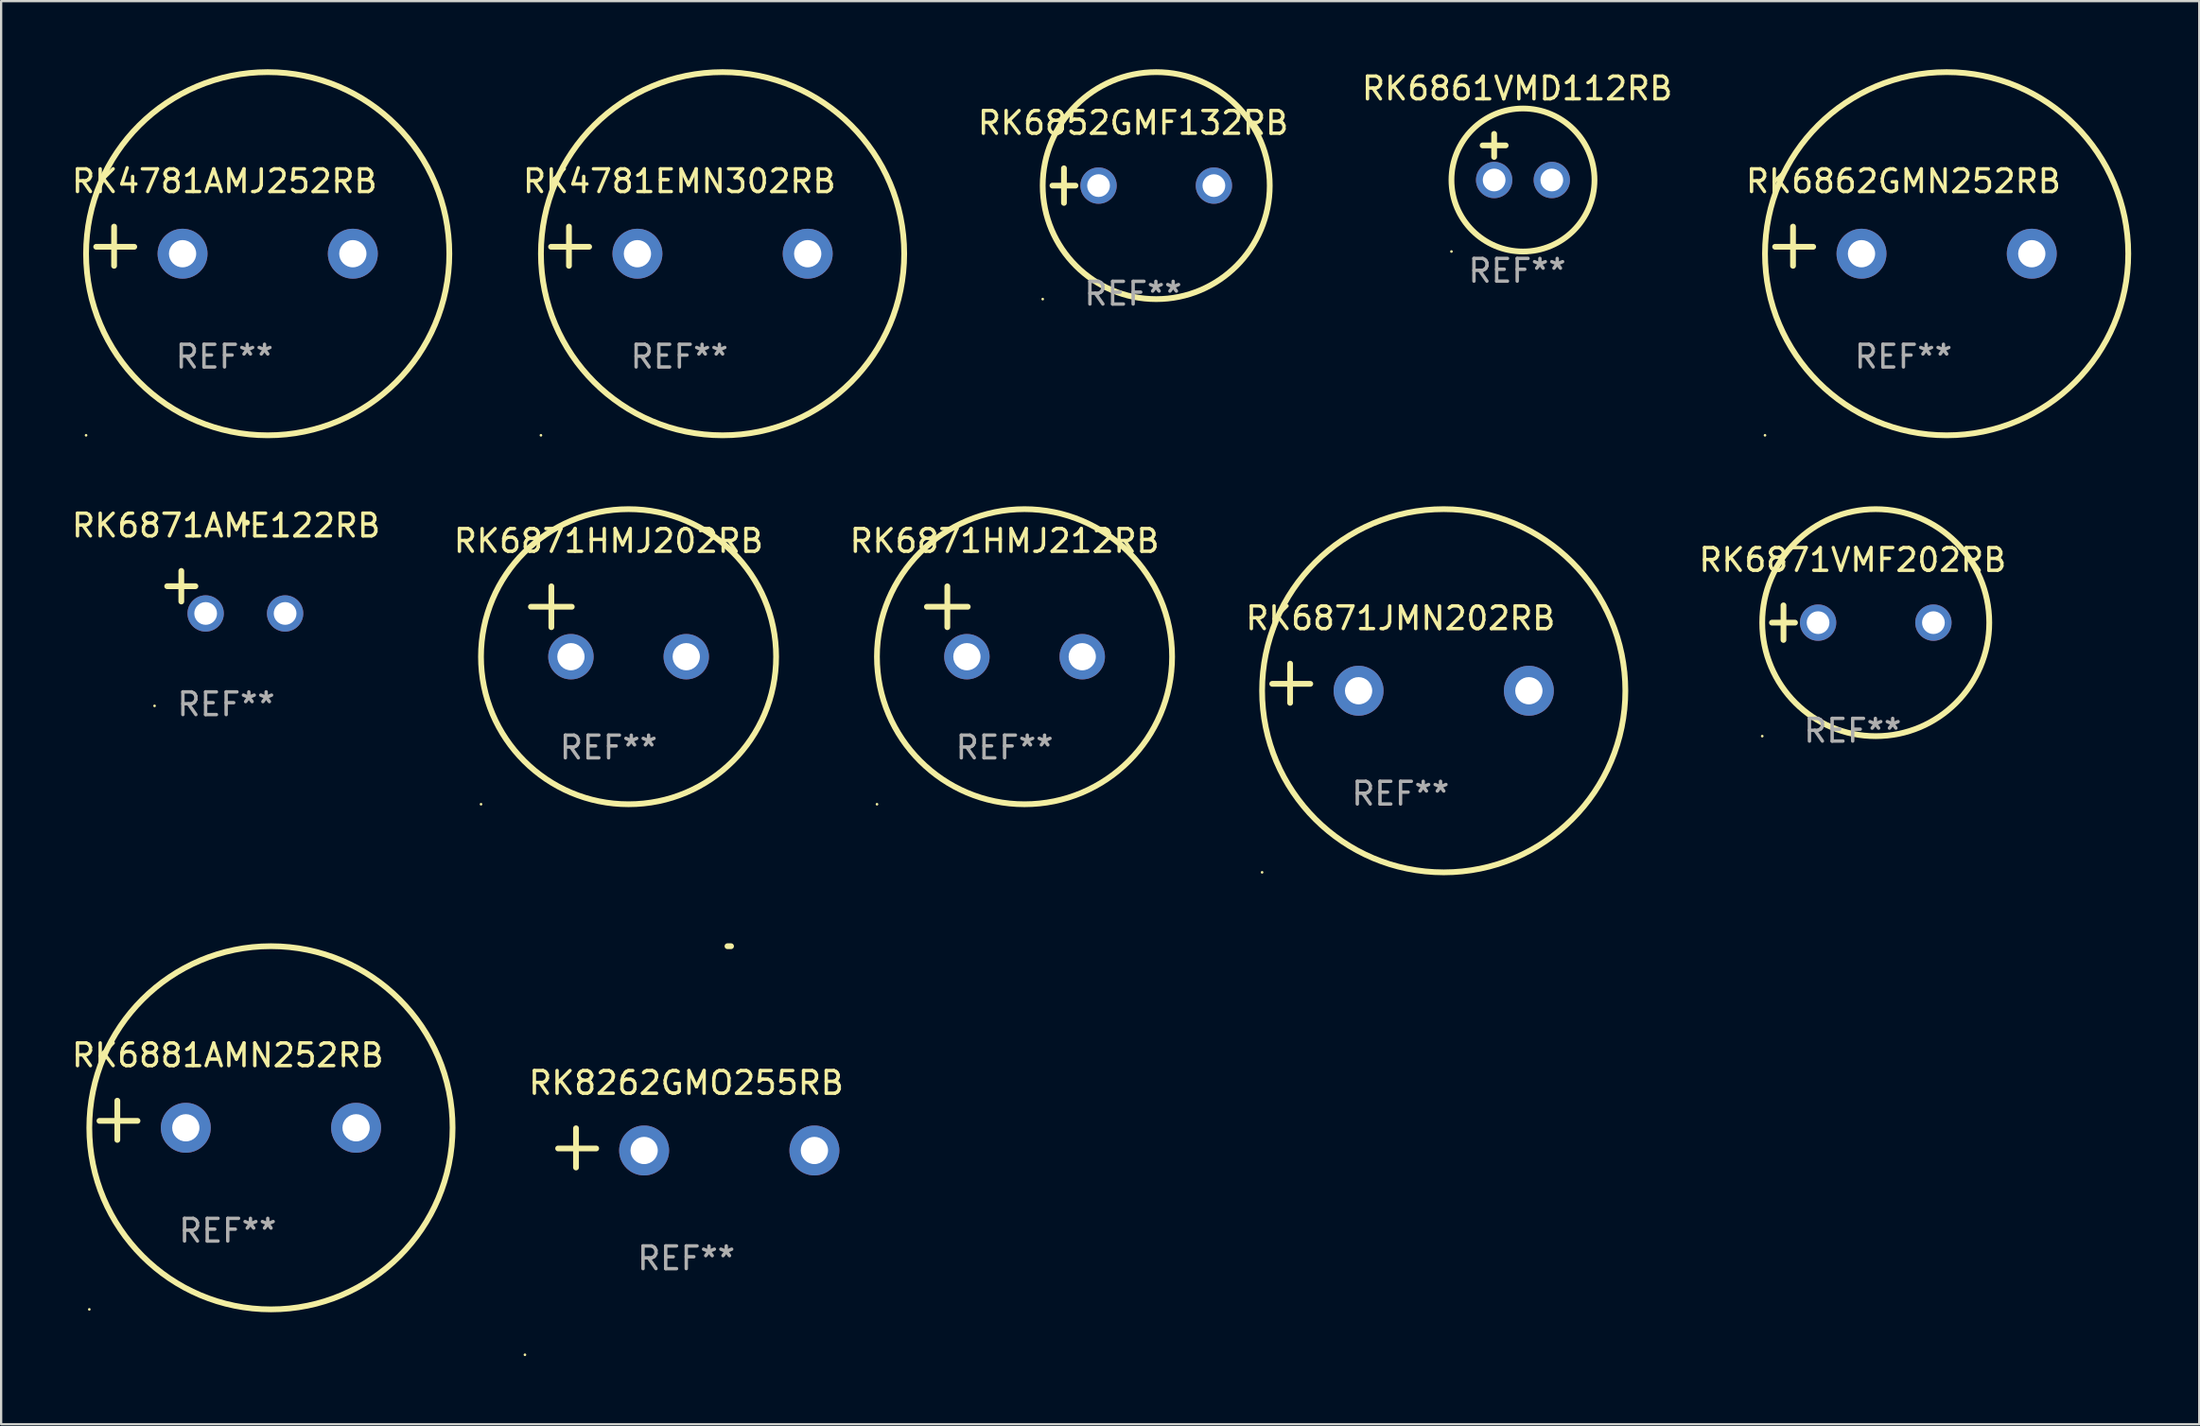
<source format=kicad_pcb>
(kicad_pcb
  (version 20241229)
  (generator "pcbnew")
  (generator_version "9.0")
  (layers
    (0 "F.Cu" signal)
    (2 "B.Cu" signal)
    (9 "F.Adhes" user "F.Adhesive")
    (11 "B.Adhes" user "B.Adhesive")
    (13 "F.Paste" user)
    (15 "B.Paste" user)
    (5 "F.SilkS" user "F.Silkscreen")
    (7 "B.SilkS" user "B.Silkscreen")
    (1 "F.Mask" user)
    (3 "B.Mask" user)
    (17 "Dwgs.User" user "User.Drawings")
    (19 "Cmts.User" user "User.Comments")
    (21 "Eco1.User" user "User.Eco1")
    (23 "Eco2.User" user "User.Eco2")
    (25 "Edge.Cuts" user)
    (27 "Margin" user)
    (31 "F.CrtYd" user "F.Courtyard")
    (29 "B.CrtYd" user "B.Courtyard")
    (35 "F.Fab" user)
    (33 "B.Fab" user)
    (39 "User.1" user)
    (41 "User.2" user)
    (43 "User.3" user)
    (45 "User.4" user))
  (footprint "RK6862GMN252RB"
    (layer "F.Cu")
    (at 80.789 7.797)
    (property "Reference" "RK6862GMN252RB" (at 0 -2.864 0) (layer "F.SilkS") (effects (font (size 1 1) (thickness 0.15))))
    (attr through_hole)
    (fp_line (start -4.864 0.864) (end -4.864 -0.864) (stroke (width 0.254) (type solid)) (layer "F.SilkS"))
    (fp_line (start -3.975 0.025) (end -5.652 0.025) (stroke (width 0.254) (type solid)) (layer "F.SilkS"))
    (fp_circle (center -6.098 8.33) (end -6.068 8.33) (stroke (width 0.06) (type solid)) (fill no) (layer "F.SilkS"))
    (fp_circle (center 1.902 0.33) (end 9.902 0.33) (stroke (width 0.254) (type solid)) (fill no) (layer "F.SilkS"))
    (fp_text user "REF**" (at 0 4.864 0) (layer "F.Fab") (effects (font (size 1 1) (thickness 0.15))))
    (pad "1" thru_hole circle (at -1.848 0.33) (size 2.2 2.2) (drill 1.2) (layers "*.Cu" "*.Mask"))
    (pad "2" thru_hole circle (at 5.652 0.33) (size 2.2 2.2) (drill 1.2) (layers "*.Cu" "*.Mask")))
  (footprint "RK6852GMF132RB"
    (layer "F.Cu")
    (at 46.861 5.127)
    (property "Reference" "RK6852GMF132RB" (at 0 -2.762 0) (layer "F.SilkS") (effects (font (size 1 1) (thickness 0.15))))
    (attr through_hole)
    (fp_line (start -3.556 0) (end -2.54 0) (stroke (width 0.254) (type solid)) (layer "F.SilkS"))
    (fp_line (start -3.048 -0.762) (end -3.048 0.762) (stroke (width 0.254) (type solid)) (layer "F.SilkS"))
    (fp_circle (center -3.984 5) (end -3.954 5) (stroke (width 0.06) (type solid)) (fill no) (layer "F.SilkS"))
    (fp_circle (center 1.016 0) (end 6.016 0) (stroke (width 0.254) (type solid)) (fill no) (layer "F.SilkS"))
    (fp_text user "REF**" (at 0 4.762 0) (layer "F.Fab") (effects (font (size 1 1) (thickness 0.15))))
    (pad "1" thru_hole circle (at -1.524 0) (size 1.6 1.6) (drill 1) (layers "*.Cu" "*.Mask"))
    (pad "2" thru_hole circle (at 3.556 0) (size 1.6 1.6) (drill 1) (layers "*.Cu" "*.Mask")))
  (footprint "RK6871HMJ202RB"
    (layer "F.Cu")
    (at 23.756 24.331)
    (property "Reference" "RK6871HMJ202RB" (at 0 -3.55 0) (layer "F.SilkS") (effects (font (size 1 1) (thickness 0.15))))
    (attr through_hole)
    (fp_line (start -3.421 -0.65) (end -1.621 -0.65) (stroke (width 0.254) (type solid)) (layer "F.SilkS"))
    (fp_line (start -2.521 -1.55) (end -2.521 0.25) (stroke (width 0.254) (type solid)) (layer "F.SilkS"))
    (fp_circle (center -5.619 8.05) (end -5.589 8.05) (stroke (width 0.06) (type solid)) (fill no) (layer "F.SilkS"))
    (fp_circle (center 0.879 1.55) (end 7.379 1.55) (stroke (width 0.254) (type solid)) (fill no) (layer "F.SilkS"))
    (fp_text user "REF**" (at 0 5.55 0) (layer "F.Fab") (effects (font (size 1 1) (thickness 0.15))))
    (pad "1" thru_hole circle (at -1.659 1.55) (size 2 2) (drill 1.2) (layers "*.Cu" "*.Mask"))
    (pad "2" thru_hole circle (at 3.421 1.55) (size 2 2) (drill 1.2) (layers "*.Cu" "*.Mask")))
  (footprint "RK6871JMN202RB"
    (layer "F.Cu")
    (at 58.638 27.051)
    (property "Reference" "RK6871JMN202RB" (at 0 -2.864 0) (layer "F.SilkS") (effects (font (size 1 1) (thickness 0.15))))
    (attr through_hole)
    (fp_line (start -4.864 0.864) (end -4.864 -0.864) (stroke (width 0.254) (type solid)) (layer "F.SilkS"))
    (fp_line (start -3.975 0.025) (end -5.652 0.025) (stroke (width 0.254) (type solid)) (layer "F.SilkS"))
    (fp_circle (center -6.098 8.33) (end -6.068 8.33) (stroke (width 0.06) (type solid)) (fill no) (layer "F.SilkS"))
    (fp_circle (center 1.902 0.33) (end 9.902 0.33) (stroke (width 0.254) (type solid)) (fill no) (layer "F.SilkS"))
    (fp_text user "REF**" (at 0 4.864 0) (layer "F.Fab") (effects (font (size 1 1) (thickness 0.15))))
    (pad "1" thru_hole circle (at -1.848 0.33) (size 2.2 2.2) (drill 1.2) (layers "*.Cu" "*.Mask"))
    (pad "2" thru_hole circle (at 5.652 0.33) (size 2.2 2.2) (drill 1.2) (layers "*.Cu" "*.Mask")))
  (footprint "RK4781EMN302RB"
    (layer "F.Cu")
    (at 26.874 7.797)
    (property "Reference" "RK4781EMN302RB" (at 0 -2.864 0) (layer "F.SilkS") (effects (font (size 1 1) (thickness 0.15))))
    (attr through_hole)
    (fp_line (start -4.864 0.864) (end -4.864 -0.864) (stroke (width 0.254) (type solid)) (layer "F.SilkS"))
    (fp_line (start -3.975 0.025) (end -5.652 0.025) (stroke (width 0.254) (type solid)) (layer "F.SilkS"))
    (fp_circle (center -6.098 8.33) (end -6.068 8.33) (stroke (width 0.06) (type solid)) (fill no) (layer "F.SilkS"))
    (fp_circle (center 1.902 0.33) (end 9.902 0.33) (stroke (width 0.254) (type solid)) (fill no) (layer "F.SilkS"))
    (fp_text user "REF**" (at 0 4.864 0) (layer "F.Fab") (effects (font (size 1 1) (thickness 0.15))))
    (pad "1" thru_hole circle (at -1.848 0.33) (size 2.2 2.2) (drill 1.2) (layers "*.Cu" "*.Mask"))
    (pad "2" thru_hole circle (at 5.652 0.33) (size 2.2 2.2) (drill 1.2) (layers "*.Cu" "*.Mask")))
  (footprint "RK6881AMN252RB"
    (layer "F.Cu")
    (at 6.982 46.305)
    (property "Reference" "RK6881AMN252RB" (at 0 -2.864 0) (layer "F.SilkS") (effects (font (size 1 1) (thickness 0.15))))
    (attr through_hole)
    (fp_line (start -4.864 0.864) (end -4.864 -0.864) (stroke (width 0.254) (type solid)) (layer "F.SilkS"))
    (fp_line (start -3.975 0.025) (end -5.652 0.025) (stroke (width 0.254) (type solid)) (layer "F.SilkS"))
    (fp_circle (center -6.098 8.33) (end -6.068 8.33) (stroke (width 0.06) (type solid)) (fill no) (layer "F.SilkS"))
    (fp_circle (center 1.902 0.33) (end 9.902 0.33) (stroke (width 0.254) (type solid)) (fill no) (layer "F.SilkS"))
    (fp_text user "REF**" (at 0 4.864 0) (layer "F.Fab") (effects (font (size 1 1) (thickness 0.15))))
    (pad "1" thru_hole circle (at -1.848 0.33) (size 2.2 2.2) (drill 1.2) (layers "*.Cu" "*.Mask"))
    (pad "2" thru_hole circle (at 5.652 0.33) (size 2.2 2.2) (drill 1.2) (layers "*.Cu" "*.Mask")))
  (footprint "RK4781AMJ252RB"
    (layer "F.Cu")
    (at 6.839 7.797)
    (property "Reference" "RK4781AMJ252RB" (at 0 -2.864 0) (layer "F.SilkS") (effects (font (size 1 1) (thickness 0.15))))
    (attr through_hole)
    (fp_line (start -4.864 0.864) (end -4.864 -0.864) (stroke (width 0.254) (type solid)) (layer "F.SilkS"))
    (fp_line (start -3.975 0.025) (end -5.652 0.025) (stroke (width 0.254) (type solid)) (layer "F.SilkS"))
    (fp_circle (center -6.098 8.33) (end -6.068 8.33) (stroke (width 0.06) (type solid)) (fill no) (layer "F.SilkS"))
    (fp_circle (center 1.902 0.33) (end 9.902 0.33) (stroke (width 0.254) (type solid)) (fill no) (layer "F.SilkS"))
    (fp_text user "REF**" (at 0 4.864 0) (layer "F.Fab") (effects (font (size 1 1) (thickness 0.15))))
    (pad "1" thru_hole circle (at -1.848 0.33) (size 2.2 2.2) (drill 1.2) (layers "*.Cu" "*.Mask"))
    (pad "2" thru_hole circle (at 5.652 0.33) (size 2.2 2.2) (drill 1.2) (layers "*.Cu" "*.Mask")))
  (footprint "RK6861VMD112RB"
    (layer "F.Cu")
    (at 63.777 3.864)
    (property "Reference" "RK6861VMD112RB" (at 0 -3.016 0) (layer "F.SilkS") (effects (font (size 1 1) (thickness 0.15))))
    (attr through_hole)
    (fp_line (start -1.524 -0.508) (end -0.508 -0.508) (stroke (width 0.254) (type solid)) (layer "F.SilkS"))
    (fp_line (start -1.016 -1.016) (end -1.016 0) (stroke (width 0.254) (type solid)) (layer "F.SilkS"))
    (fp_circle (center -2.896 4.166) (end -2.866 4.166) (stroke (width 0.06) (type solid)) (fill no) (layer "F.SilkS"))
    (fp_circle (center 0.254 1.016) (end 3.404 1.016) (stroke (width 0.254) (type solid)) (fill no) (layer "F.SilkS"))
    (fp_text user "REF**" (at 0 5.016 0) (layer "F.Fab") (effects (font (size 1 1) (thickness 0.15))))
    (pad "1" thru_hole circle (at -1.016 1.016) (size 1.6 1.6) (drill 1) (layers "*.Cu" "*.Mask"))
    (pad "2" thru_hole circle (at 1.524 1.016) (size 1.6 1.6) (drill 1) (layers "*.Cu" "*.Mask")))
  (footprint "RK6871VMF202RB"
    (layer "F.Cu")
    (at 78.553 24.381)
    (property "Reference" "RK6871VMF202RB" (at 0 -2.762 0) (layer "F.SilkS") (effects (font (size 1 1) (thickness 0.15))))
    (attr through_hole)
    (fp_line (start -3.556 0) (end -2.54 0) (stroke (width 0.254) (type solid)) (layer "F.SilkS"))
    (fp_line (start -3.048 -0.762) (end -3.048 0.762) (stroke (width 0.254) (type solid)) (layer "F.SilkS"))
    (fp_circle (center -3.984 5) (end -3.954 5) (stroke (width 0.06) (type solid)) (fill no) (layer "F.SilkS"))
    (fp_circle (center 1.016 0) (end 6.016 0) (stroke (width 0.254) (type solid)) (fill no) (layer "F.SilkS"))
    (fp_text user "REF**" (at 0 4.762 0) (layer "F.Fab") (effects (font (size 1 1) (thickness 0.15))))
    (pad "1" thru_hole circle (at -1.524 0) (size 1.6 1.6) (drill 1) (layers "*.Cu" "*.Mask"))
    (pad "2" thru_hole circle (at 3.556 0) (size 1.6 1.6) (drill 1) (layers "*.Cu" "*.Mask")))
  (footprint "RK8262GMO255RB"
    (layer "F.Cu")
    (at 27.177 47.521)
    (property "Reference" "RK8262GMO255RB" (at 0 -2.864 0) (layer "F.SilkS") (effects (font (size 1 1) (thickness 0.15))))
    (attr through_hole)
    (fp_line (start -4.856 0.864) (end -4.856 -0.864) (stroke (width 0.254) (type solid)) (layer "F.SilkS"))
    (fp_line (start -3.967 0.025) (end -5.644 0.025) (stroke (width 0.254) (type solid)) (layer "F.SilkS"))
    (fp_arc (start 1.815024 -8.885649) (mid 1.893764 -8.88599) (end 1.972504 -8.885649) (stroke (width 0.254001) (type solid)) (layer "F.SilkS"))
    (fp_circle (center -7.106 9.114) (end -7.076 9.114) (stroke (width 0.06) (type solid)) (fill no) (layer "F.SilkS"))
    (fp_text user "REF**" (at 0 4.864 0) (layer "F.Fab") (effects (font (size 1 1) (thickness 0.15))))
    (pad "1" thru_hole circle (at -1.856 0.114) (size 2.2 2.2) (drill 1.2) (layers "*.Cu" "*.Mask"))
    (pad "2" thru_hole circle (at 5.644 0.114) (size 2.2 2.2) (drill 1.2) (layers "*.Cu" "*.Mask")))
  (footprint "RK6871AME122RB"
    (layer "F.Cu")
    (at 6.911 23.039)
    (property "Reference" "RK6871AME122RB" (at 0 -2.937 0) (layer "F.SilkS") (effects (font (size 1 1) (thickness 0.15))))
    (attr through_hole)
    (fp_line (start -1.975 0.41) (end -1.975 -0.937) (stroke (width 0.254) (type solid)) (layer "F.SilkS"))
    (fp_line (start -1.353 -0.263) (end -2.597 -0.263) (stroke (width 0.254) (type solid)) (layer "F.SilkS"))
    (fp_arc (start 0.849809 -3.063957) (mid 0.885369 -3.064114) (end 0.920929 -3.063957) (stroke (width 0.254001) (type solid)) (layer "F.SilkS"))
    (fp_circle (center -3.154 5.008) (end -3.124 5.008) (stroke (width 0.06) (type solid)) (fill no) (layer "F.SilkS"))
    (fp_text user "REF**" (at 0 4.937 0) (layer "F.Fab") (effects (font (size 1 1) (thickness 0.15))))
    (pad "1" thru_hole circle (at -0.903 0.937) (size 1.6 1.6) (drill 1) (layers "*.Cu" "*.Mask"))
    (pad "2" thru_hole circle (at 2.597 0.937) (size 1.6 1.6) (drill 1) (layers "*.Cu" "*.Mask")))
  (footprint "RK6871HMJ212RB"
    (layer "F.Cu")
    (at 41.197 24.331)
    (property "Reference" "RK6871HMJ212RB" (at 0 -3.55 0) (layer "F.SilkS") (effects (font (size 1 1) (thickness 0.15))))
    (attr through_hole)
    (fp_line (start -3.421 -0.65) (end -1.621 -0.65) (stroke (width 0.254) (type solid)) (layer "F.SilkS"))
    (fp_line (start -2.521 -1.55) (end -2.521 0.25) (stroke (width 0.254) (type solid)) (layer "F.SilkS"))
    (fp_circle (center -5.619 8.05) (end -5.589 8.05) (stroke (width 0.06) (type solid)) (fill no) (layer "F.SilkS"))
    (fp_circle (center 0.879 1.55) (end 7.379 1.55) (stroke (width 0.254) (type solid)) (fill no) (layer "F.SilkS"))
    (fp_text user "REF**" (at 0 5.55 0) (layer "F.Fab") (effects (font (size 1 1) (thickness 0.15))))
    (pad "1" thru_hole circle (at -1.659 1.55) (size 2 2) (drill 1.2) (layers "*.Cu" "*.Mask"))
    (pad "2" thru_hole circle (at 3.421 1.55) (size 2 2) (drill 1.2) (layers "*.Cu" "*.Mask")))
  (gr_rect
    (start -3 -3)
    (end 93.818 59.695)
    (stroke (width 0.1) (type default))
    (fill no)
    (layer "Edge.Cuts")))
</source>
